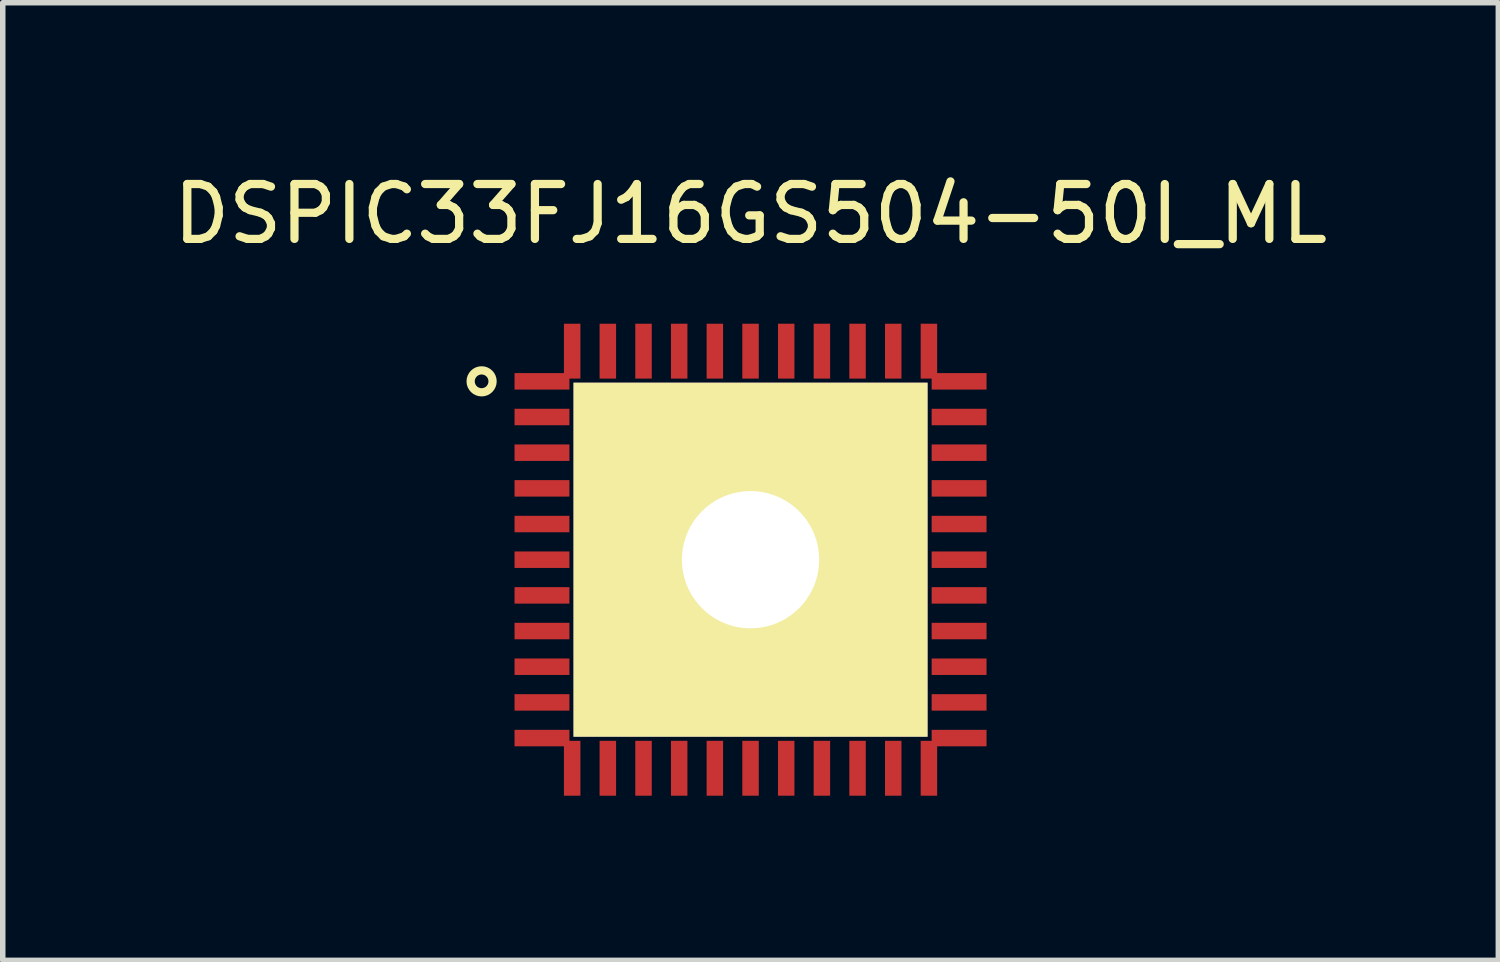
<source format=kicad_pcb>
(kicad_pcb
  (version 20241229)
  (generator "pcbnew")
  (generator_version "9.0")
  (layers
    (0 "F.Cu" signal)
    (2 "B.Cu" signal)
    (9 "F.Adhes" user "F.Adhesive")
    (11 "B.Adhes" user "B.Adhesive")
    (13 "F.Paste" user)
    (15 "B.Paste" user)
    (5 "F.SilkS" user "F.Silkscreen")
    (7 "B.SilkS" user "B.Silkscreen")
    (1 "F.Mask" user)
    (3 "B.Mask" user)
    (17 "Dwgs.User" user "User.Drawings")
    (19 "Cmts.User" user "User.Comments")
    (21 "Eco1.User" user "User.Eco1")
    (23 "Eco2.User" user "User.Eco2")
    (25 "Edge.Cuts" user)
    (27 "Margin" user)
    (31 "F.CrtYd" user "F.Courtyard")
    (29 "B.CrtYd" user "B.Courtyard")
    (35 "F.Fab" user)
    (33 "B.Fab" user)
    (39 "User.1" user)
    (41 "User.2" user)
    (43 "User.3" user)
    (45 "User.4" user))
  (footprint "DSPIC33FJ16GS504-50I_ML"
    (layer "F.Cu")
    (at 6.825 3.348)
    (property "Reference" "DSPIC33FJ16GS504-50I_ML" (at 3.8 -2.5 0) (layer "F.SilkS") (effects (font (size 1 1) (thickness 0.15))))
    (attr through_hole)
    (fp_line (start 0.7 0.7) (end 0.7 6.9) (stroke (width 0.15) (type solid)) (layer "F.SilkS"))
    (fp_line (start 0.7 0.7) (end 6.9 0.7) (stroke (width 0.15) (type solid)) (layer "F.SilkS"))
    (fp_line (start 0.7 6.9) (end 6.9 6.9) (stroke (width 0.15) (type solid)) (layer "F.SilkS"))
    (fp_line (start 6.9 6.9) (end 6.9 0.7) (stroke (width 0.15) (type solid)) (layer "F.SilkS"))
    (fp_circle (center -1.1 0.55) (end -1.1 0.35) (stroke (width 0.15) (type solid)) (fill no) (layer "F.SilkS"))
    (fp_circle (center 1.7 1.7) (end 1.7 1.2) (stroke (width 0.15) (type solid)) (fill no) (layer "F.SilkS"))
    (pad "1" smd rect (at 0 0.55) (size 1 0.3) (layers "F.Cu" "F.Mask" "F.Paste"))
    (pad "2" smd rect (at 0 1.2) (size 1 0.3) (layers "F.Cu" "F.Mask" "F.Paste"))
    (pad "3" smd rect (at 0 1.85) (size 1 0.3) (layers "F.Cu" "F.Mask" "F.Paste"))
    (pad "4" smd rect (at 0 2.5) (size 1 0.3) (layers "F.Cu" "F.Mask" "F.Paste"))
    (pad "5" smd rect (at 0 3.15) (size 1 0.3) (layers "F.Cu" "F.Mask" "F.Paste"))
    (pad "6" smd rect (at 0 3.8) (size 1 0.3) (layers "F.Cu" "F.Mask" "F.Paste"))
    (pad "7" smd rect (at 0 4.45) (size 1 0.3) (layers "F.Cu" "F.Mask" "F.Paste"))
    (pad "8" smd rect (at 0 5.1) (size 1 0.3) (layers "F.Cu" "F.Mask" "F.Paste"))
    (pad "9" smd rect (at 0 5.75) (size 1 0.3) (layers "F.Cu" "F.Mask" "F.Paste"))
    (pad "10" smd rect (at 0 6.4) (size 1 0.3) (layers "F.Cu" "F.Mask" "F.Paste"))
    (pad "11" smd rect (at 0 7.05) (size 1 0.3) (layers "F.Cu" "F.Mask" "F.Paste"))
    (pad "12" smd rect (at 0.55 7.6) (size 0.3 1) (layers "F.Cu" "F.Mask" "F.Paste"))
    (pad "13" smd rect (at 1.2 7.6) (size 0.3 1) (layers "F.Cu" "F.Mask" "F.Paste"))
    (pad "14" smd rect (at 1.85 7.6) (size 0.3 1) (layers "F.Cu" "F.Mask" "F.Paste"))
    (pad "15" smd rect (at 2.5 7.6) (size 0.3 1) (layers "F.Cu" "F.Mask" "F.Paste"))
    (pad "16" smd rect (at 3.15 7.6) (size 0.3 1) (layers "F.Cu" "F.Mask" "F.Paste"))
    (pad "17" smd rect (at 3.8 7.6) (size 0.3 1) (layers "F.Cu" "F.Mask" "F.Paste"))
    (pad "18" smd rect (at 4.45 7.6) (size 0.3 1) (layers "F.Cu" "F.Mask" "F.Paste"))
    (pad "19" smd rect (at 5.1 7.6) (size 0.3 1) (layers "F.Cu" "F.Mask" "F.Paste"))
    (pad "20" smd rect (at 5.75 7.6) (size 0.3 1) (layers "F.Cu" "F.Mask" "F.Paste"))
    (pad "21" smd rect (at 6.4 7.6) (size 0.3 1) (layers "F.Cu" "F.Mask" "F.Paste"))
    (pad "22" smd rect (at 7.05 7.6) (size 0.3 1) (layers "F.Cu" "F.Mask" "F.Paste"))
    (pad "23" smd rect (at 7.6 7.05) (size 1 0.3) (layers "F.Cu" "F.Mask" "F.Paste"))
    (pad "24" smd rect (at 7.6 6.4) (size 1 0.3) (layers "F.Cu" "F.Mask" "F.Paste"))
    (pad "25" smd rect (at 7.6 5.75) (size 1 0.3) (layers "F.Cu" "F.Mask" "F.Paste"))
    (pad "26" smd rect (at 7.6 5.1) (size 1 0.3) (layers "F.Cu" "F.Mask" "F.Paste"))
    (pad "27" smd rect (at 7.6 4.45) (size 1 0.3) (layers "F.Cu" "F.Mask" "F.Paste"))
    (pad "28" smd rect (at 7.6 3.8) (size 1 0.3) (layers "F.Cu" "F.Mask" "F.Paste"))
    (pad "29" smd rect (at 7.6 3.15) (size 1 0.3) (layers "F.Cu" "F.Mask" "F.Paste"))
    (pad "30" smd rect (at 7.6 2.5) (size 1 0.3) (layers "F.Cu" "F.Mask" "F.Paste"))
    (pad "31" smd rect (at 7.6 1.85) (size 1 0.3) (layers "F.Cu" "F.Mask" "F.Paste"))
    (pad "32" smd rect (at 7.6 1.2) (size 1 0.3) (layers "F.Cu" "F.Mask" "F.Paste"))
    (pad "33" smd rect (at 7.6 0.55) (size 1 0.3) (layers "F.Cu" "F.Mask" "F.Paste"))
    (pad "34" smd rect (at 7.05 0) (size 0.3 1) (layers "F.Cu" "F.Mask" "F.Paste"))
    (pad "35" smd rect (at 6.4 0) (size 0.3 1) (layers "F.Cu" "F.Mask" "F.Paste"))
    (pad "36" smd rect (at 5.75 0) (size 0.3 1) (layers "F.Cu" "F.Mask" "F.Paste"))
    (pad "37" smd rect (at 5.1 0) (size 0.3 1) (layers "F.Cu" "F.Mask" "F.Paste"))
    (pad "38" smd rect (at 4.45 0) (size 0.3 1) (layers "F.Cu" "F.Mask" "F.Paste"))
    (pad "39" smd rect (at 3.8 0) (size 0.3 1) (layers "F.Cu" "F.Mask" "F.Paste"))
    (pad "40" smd rect (at 3.15 0) (size 0.3 1) (layers "F.Cu" "F.Mask" "F.Paste"))
    (pad "41" smd rect (at 2.5 0) (size 0.3 1) (layers "F.Cu" "F.Mask" "F.Paste"))
    (pad "42" smd rect (at 1.85 0) (size 0.3 1) (layers "F.Cu" "F.Mask" "F.Paste"))
    (pad "43" smd rect (at 1.2 0) (size 0.3 1) (layers "F.Cu" "F.Mask" "F.Paste"))
    (pad "44" smd rect (at 0.55 0) (size 0.3 1) (layers "F.Cu" "F.Mask" "F.Paste"))
    (pad "999" thru_hole rect (at 3.8 3.8) (size 6.45 6.45) (drill 2.5) (layers "*.Cu" "*.Mask" "F.SilkS")))
  (gr_rect
    (start -3 -3)
    (end 24.25 14.448)
    (stroke (width 0.1) (type default))
    (fill no)
    (layer "Edge.Cuts")))
</source>
